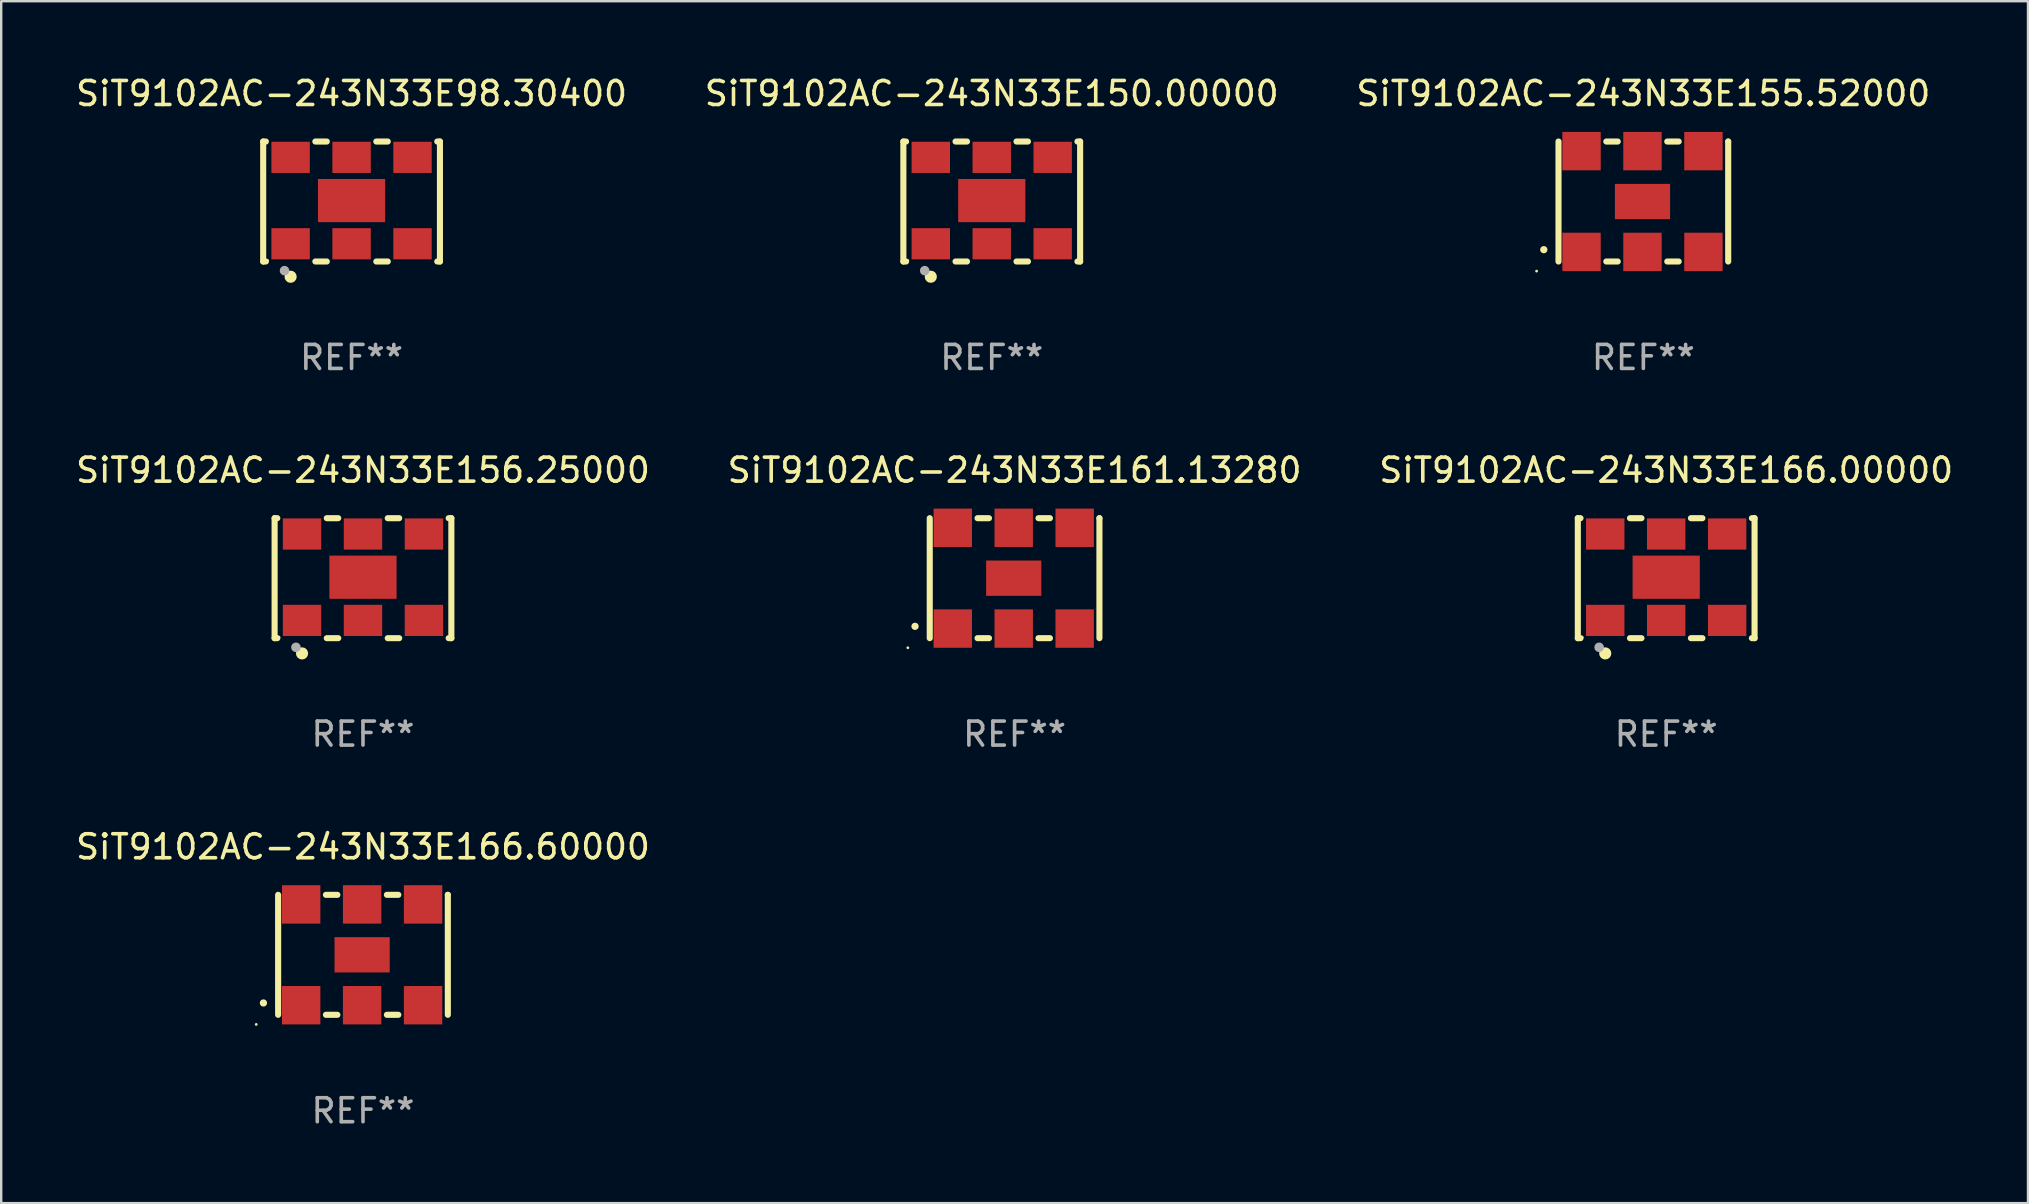
<source format=kicad_pcb>
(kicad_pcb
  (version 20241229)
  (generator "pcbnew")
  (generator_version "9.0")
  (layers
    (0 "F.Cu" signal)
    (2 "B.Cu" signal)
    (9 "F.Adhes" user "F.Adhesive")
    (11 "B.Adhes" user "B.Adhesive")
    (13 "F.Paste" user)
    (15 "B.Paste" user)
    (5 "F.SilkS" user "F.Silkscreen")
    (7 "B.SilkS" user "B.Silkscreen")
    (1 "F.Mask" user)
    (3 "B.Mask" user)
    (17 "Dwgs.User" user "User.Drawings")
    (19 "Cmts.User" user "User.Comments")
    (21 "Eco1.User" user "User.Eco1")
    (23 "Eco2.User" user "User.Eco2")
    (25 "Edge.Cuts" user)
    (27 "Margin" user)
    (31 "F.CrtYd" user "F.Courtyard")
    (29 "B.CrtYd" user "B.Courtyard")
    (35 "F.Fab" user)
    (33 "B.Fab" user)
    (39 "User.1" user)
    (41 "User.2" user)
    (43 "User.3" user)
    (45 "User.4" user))
  (footprint "SiT9102AC-243N33E156.25000"
    (layer "F.Cu")
    (at 12.077 21.045)
    (property "Reference" "SiT9102AC-243N33E156.25000" (at 0 -4.5 0) (layer "F.SilkS") (effects (font (size 1 1) (thickness 0.15))))
    (attr through_hole)
    (fp_line (start -3.683 -2.5) (end -3.571 -2.5) (stroke (width 0.254) (type solid)) (layer "F.SilkS"))
    (fp_line (start -3.683 2.5) (end -3.683 -2.5) (stroke (width 0.254) (type solid)) (layer "F.SilkS"))
    (fp_line (start -3.683 2.5) (end -3.571 2.5) (stroke (width 0.254) (type solid)) (layer "F.SilkS"))
    (fp_line (start -1.509 -2.5) (end -1.031 -2.5) (stroke (width 0.254) (type solid)) (layer "F.SilkS"))
    (fp_line (start -1.509 2.5) (end -1.031 2.5) (stroke (width 0.254) (type solid)) (layer "F.SilkS"))
    (fp_line (start 1.031 -2.5) (end 1.509 -2.5) (stroke (width 0.254) (type solid)) (layer "F.SilkS"))
    (fp_line (start 1.031 2.5) (end 1.509 2.5) (stroke (width 0.254) (type solid)) (layer "F.SilkS"))
    (fp_line (start 3.571 -2.5) (end 3.683 -2.5) (stroke (width 0.254) (type solid)) (layer "F.SilkS"))
    (fp_line (start 3.571 2.5) (end 3.683 2.5) (stroke (width 0.254) (type solid)) (layer "F.SilkS"))
    (fp_line (start 3.683 2.5) (end 3.683 -2.5) (stroke (width 0.254) (type solid)) (layer "F.SilkS"))
    (fp_circle (center -3.5 2.46) (end -3.47 2.46) (stroke (width 0.06) (type solid)) (fill no) (layer "F.SilkS"))
    (fp_circle (center -2.54 3.135) (end -2.413 3.135) (stroke (width 0.254) (type solid)) (fill no) (layer "F.SilkS"))
    (fp_circle (center -2.794 2.881) (end -2.694 2.881) (stroke (width 0.2) (type solid)) (fill no) (layer "F.Fab"))
    (fp_text user "REF**" (at 0 6.5 0) (layer "F.Fab") (effects (font (size 1 1) (thickness 0.15))))
    (pad "1" smd rect (at -2.54 1.76) (size 1.6 1.3) (layers "F.Cu" "F.Mask" "F.Paste"))
    (pad "2" smd rect (at 0 1.76) (size 1.6 1.3) (layers "F.Cu" "F.Mask" "F.Paste"))
    (pad "3" smd rect (at 2.54 1.76) (size 1.6 1.3) (layers "F.Cu" "F.Mask" "F.Paste"))
    (pad "4" smd rect (at 2.54 -1.84) (size 1.6 1.3) (layers "F.Cu" "F.Mask" "F.Paste"))
    (pad "5" smd rect (at 0 -1.84) (size 1.6 1.3) (layers "F.Cu" "F.Mask" "F.Paste"))
    (pad "6" smd rect (at -2.54 -1.84) (size 1.6 1.3) (layers "F.Cu" "F.Mask" "F.Paste"))
    (pad "7" smd rect (at 0 -0.04) (size 2.8 1.8) (layers "F.Cu" "F.Mask" "F.Paste")))
  (footprint "SiT9102AC-243N33E98.30400"
    (layer "F.Cu")
    (at 11.601 5.348)
    (property "Reference" "SiT9102AC-243N33E98.30400" (at 0 -4.5 0) (layer "F.SilkS") (effects (font (size 1 1) (thickness 0.15))))
    (attr through_hole)
    (fp_line (start -3.683 -2.5) (end -3.571 -2.5) (stroke (width 0.254) (type solid)) (layer "F.SilkS"))
    (fp_line (start -3.683 2.5) (end -3.683 -2.5) (stroke (width 0.254) (type solid)) (layer "F.SilkS"))
    (fp_line (start -3.683 2.5) (end -3.571 2.5) (stroke (width 0.254) (type solid)) (layer "F.SilkS"))
    (fp_line (start -1.509 -2.5) (end -1.031 -2.5) (stroke (width 0.254) (type solid)) (layer "F.SilkS"))
    (fp_line (start -1.509 2.5) (end -1.031 2.5) (stroke (width 0.254) (type solid)) (layer "F.SilkS"))
    (fp_line (start 1.031 -2.5) (end 1.509 -2.5) (stroke (width 0.254) (type solid)) (layer "F.SilkS"))
    (fp_line (start 1.031 2.5) (end 1.509 2.5) (stroke (width 0.254) (type solid)) (layer "F.SilkS"))
    (fp_line (start 3.571 -2.5) (end 3.683 -2.5) (stroke (width 0.254) (type solid)) (layer "F.SilkS"))
    (fp_line (start 3.571 2.5) (end 3.683 2.5) (stroke (width 0.254) (type solid)) (layer "F.SilkS"))
    (fp_line (start 3.683 2.5) (end 3.683 -2.5) (stroke (width 0.254) (type solid)) (layer "F.SilkS"))
    (fp_circle (center -3.5 2.46) (end -3.47 2.46) (stroke (width 0.06) (type solid)) (fill no) (layer "F.SilkS"))
    (fp_circle (center -2.54 3.135) (end -2.413 3.135) (stroke (width 0.254) (type solid)) (fill no) (layer "F.SilkS"))
    (fp_circle (center -2.794 2.881) (end -2.694 2.881) (stroke (width 0.2) (type solid)) (fill no) (layer "F.Fab"))
    (fp_text user "REF**" (at 0 6.5 0) (layer "F.Fab") (effects (font (size 1 1) (thickness 0.15))))
    (pad "1" smd rect (at -2.54 1.76) (size 1.6 1.3) (layers "F.Cu" "F.Mask" "F.Paste"))
    (pad "2" smd rect (at 0 1.76) (size 1.6 1.3) (layers "F.Cu" "F.Mask" "F.Paste"))
    (pad "3" smd rect (at 2.54 1.76) (size 1.6 1.3) (layers "F.Cu" "F.Mask" "F.Paste"))
    (pad "4" smd rect (at 2.54 -1.84) (size 1.6 1.3) (layers "F.Cu" "F.Mask" "F.Paste"))
    (pad "5" smd rect (at 0 -1.84) (size 1.6 1.3) (layers "F.Cu" "F.Mask" "F.Paste"))
    (pad "6" smd rect (at -2.54 -1.84) (size 1.6 1.3) (layers "F.Cu" "F.Mask" "F.Paste"))
    (pad "7" smd rect (at 0 -0.04) (size 2.8 1.8) (layers "F.Cu" "F.Mask" "F.Paste")))
  (footprint "SiT9102AC-243N33E166.00000"
    (layer "F.Cu")
    (at 66.387 21.045)
    (property "Reference" "SiT9102AC-243N33E166.00000" (at 0 -4.5 0) (layer "F.SilkS") (effects (font (size 1 1) (thickness 0.15))))
    (attr through_hole)
    (fp_line (start -3.683 -2.5) (end -3.571 -2.5) (stroke (width 0.254) (type solid)) (layer "F.SilkS"))
    (fp_line (start -3.683 2.5) (end -3.683 -2.5) (stroke (width 0.254) (type solid)) (layer "F.SilkS"))
    (fp_line (start -3.683 2.5) (end -3.571 2.5) (stroke (width 0.254) (type solid)) (layer "F.SilkS"))
    (fp_line (start -1.509 -2.5) (end -1.031 -2.5) (stroke (width 0.254) (type solid)) (layer "F.SilkS"))
    (fp_line (start -1.509 2.5) (end -1.031 2.5) (stroke (width 0.254) (type solid)) (layer "F.SilkS"))
    (fp_line (start 1.031 -2.5) (end 1.509 -2.5) (stroke (width 0.254) (type solid)) (layer "F.SilkS"))
    (fp_line (start 1.031 2.5) (end 1.509 2.5) (stroke (width 0.254) (type solid)) (layer "F.SilkS"))
    (fp_line (start 3.571 -2.5) (end 3.683 -2.5) (stroke (width 0.254) (type solid)) (layer "F.SilkS"))
    (fp_line (start 3.571 2.5) (end 3.683 2.5) (stroke (width 0.254) (type solid)) (layer "F.SilkS"))
    (fp_line (start 3.683 2.5) (end 3.683 -2.5) (stroke (width 0.254) (type solid)) (layer "F.SilkS"))
    (fp_circle (center -3.5 2.46) (end -3.47 2.46) (stroke (width 0.06) (type solid)) (fill no) (layer "F.SilkS"))
    (fp_circle (center -2.54 3.135) (end -2.413 3.135) (stroke (width 0.254) (type solid)) (fill no) (layer "F.SilkS"))
    (fp_circle (center -2.794 2.881) (end -2.694 2.881) (stroke (width 0.2) (type solid)) (fill no) (layer "F.Fab"))
    (fp_text user "REF**" (at 0 6.5 0) (layer "F.Fab") (effects (font (size 1 1) (thickness 0.15))))
    (pad "1" smd rect (at -2.54 1.76) (size 1.6 1.3) (layers "F.Cu" "F.Mask" "F.Paste"))
    (pad "2" smd rect (at 0 1.76) (size 1.6 1.3) (layers "F.Cu" "F.Mask" "F.Paste"))
    (pad "3" smd rect (at 2.54 1.76) (size 1.6 1.3) (layers "F.Cu" "F.Mask" "F.Paste"))
    (pad "4" smd rect (at 2.54 -1.84) (size 1.6 1.3) (layers "F.Cu" "F.Mask" "F.Paste"))
    (pad "5" smd rect (at 0 -1.84) (size 1.6 1.3) (layers "F.Cu" "F.Mask" "F.Paste"))
    (pad "6" smd rect (at -2.54 -1.84) (size 1.6 1.3) (layers "F.Cu" "F.Mask" "F.Paste"))
    (pad "7" smd rect (at 0 -0.04) (size 2.8 1.8) (layers "F.Cu" "F.Mask" "F.Paste")))
  (footprint "SiT9102AC-243N33E166.60000"
    (layer "F.Cu")
    (at 12.077 36.741)
    (property "Reference" "SiT9102AC-243N33E166.60000" (at 0 -4.5 0) (layer "F.SilkS") (effects (font (size 1 1) (thickness 0.15))))
    (attr through_hole)
    (fp_line (start -3.536 -2.5) (end -3.536 2.5) (stroke (width 0.254) (type solid)) (layer "F.SilkS"))
    (fp_line (start -1.544 2.5) (end -1.067 2.5) (stroke (width 0.254) (type solid)) (layer "F.SilkS"))
    (fp_line (start -1.067 -2.5) (end -1.544 -2.5) (stroke (width 0.254) (type solid)) (layer "F.SilkS"))
    (fp_line (start 0.996 2.5) (end 1.473 2.5) (stroke (width 0.254) (type solid)) (layer "F.SilkS"))
    (fp_line (start 1.473 -2.5) (end 0.996 -2.5) (stroke (width 0.254) (type solid)) (layer "F.SilkS"))
    (fp_line (start 3.536 -2.5) (end 3.536 -2.5) (stroke (width 0.254) (type solid)) (layer "F.SilkS"))
    (fp_line (start 3.536 2.5) (end 3.536 -2.5) (stroke (width 0.254) (type solid)) (layer "F.SilkS"))
    (fp_arc (start -4.150432 2.006604) (mid -4.149162 2.006599) (end -4.147892 2.006604) (stroke (width 0.3) (type solid)) (layer "F.SilkS"))
    (fp_circle (center -4.449 2.9) (end -4.419 2.9) (stroke (width 0.06) (type solid)) (fill no) (layer "F.SilkS"))
    (fp_text user "REF**" (at 0 6.5 0) (layer "F.Fab") (effects (font (size 1 1) (thickness 0.15))))
    (pad "1" smd rect (at -2.576 2.1) (size 1.6 1.6) (layers "F.Cu" "F.Mask" "F.Paste"))
    (pad "2" smd rect (at -0.036 2.1) (size 1.6 1.6) (layers "F.Cu" "F.Mask" "F.Paste"))
    (pad "3" smd rect (at 2.504 2.1) (size 1.6 1.6) (layers "F.Cu" "F.Mask" "F.Paste"))
    (pad "4" smd rect (at 2.504 -2.1) (size 1.6 1.6) (layers "F.Cu" "F.Mask" "F.Paste"))
    (pad "5" smd rect (at -0.036 -2.1) (size 1.6 1.6) (layers "F.Cu" "F.Mask" "F.Paste"))
    (pad "6" smd rect (at -2.576 -2.1) (size 1.6 1.6) (layers "F.Cu" "F.Mask" "F.Paste"))
    (pad "7" smd rect (at -0.036 0) (size 2.3 1.47) (layers "F.Cu" "F.Mask" "F.Paste")))
  (footprint "SiT9102AC-243N33E150.00000"
    (layer "F.Cu")
    (at 38.28 5.348)
    (property "Reference" "SiT9102AC-243N33E150.00000" (at 0 -4.5 0) (layer "F.SilkS") (effects (font (size 1 1) (thickness 0.15))))
    (attr through_hole)
    (fp_line (start -3.683 -2.5) (end -3.571 -2.5) (stroke (width 0.254) (type solid)) (layer "F.SilkS"))
    (fp_line (start -3.683 2.5) (end -3.683 -2.5) (stroke (width 0.254) (type solid)) (layer "F.SilkS"))
    (fp_line (start -3.683 2.5) (end -3.571 2.5) (stroke (width 0.254) (type solid)) (layer "F.SilkS"))
    (fp_line (start -1.509 -2.5) (end -1.031 -2.5) (stroke (width 0.254) (type solid)) (layer "F.SilkS"))
    (fp_line (start -1.509 2.5) (end -1.031 2.5) (stroke (width 0.254) (type solid)) (layer "F.SilkS"))
    (fp_line (start 1.031 -2.5) (end 1.509 -2.5) (stroke (width 0.254) (type solid)) (layer "F.SilkS"))
    (fp_line (start 1.031 2.5) (end 1.509 2.5) (stroke (width 0.254) (type solid)) (layer "F.SilkS"))
    (fp_line (start 3.571 -2.5) (end 3.683 -2.5) (stroke (width 0.254) (type solid)) (layer "F.SilkS"))
    (fp_line (start 3.571 2.5) (end 3.683 2.5) (stroke (width 0.254) (type solid)) (layer "F.SilkS"))
    (fp_line (start 3.683 2.5) (end 3.683 -2.5) (stroke (width 0.254) (type solid)) (layer "F.SilkS"))
    (fp_circle (center -3.5 2.46) (end -3.47 2.46) (stroke (width 0.06) (type solid)) (fill no) (layer "F.SilkS"))
    (fp_circle (center -2.54 3.135) (end -2.413 3.135) (stroke (width 0.254) (type solid)) (fill no) (layer "F.SilkS"))
    (fp_circle (center -2.794 2.881) (end -2.694 2.881) (stroke (width 0.2) (type solid)) (fill no) (layer "F.Fab"))
    (fp_text user "REF**" (at 0 6.5 0) (layer "F.Fab") (effects (font (size 1 1) (thickness 0.15))))
    (pad "1" smd rect (at -2.54 1.76) (size 1.6 1.3) (layers "F.Cu" "F.Mask" "F.Paste"))
    (pad "2" smd rect (at 0 1.76) (size 1.6 1.3) (layers "F.Cu" "F.Mask" "F.Paste"))
    (pad "3" smd rect (at 2.54 1.76) (size 1.6 1.3) (layers "F.Cu" "F.Mask" "F.Paste"))
    (pad "4" smd rect (at 2.54 -1.84) (size 1.6 1.3) (layers "F.Cu" "F.Mask" "F.Paste"))
    (pad "5" smd rect (at 0 -1.84) (size 1.6 1.3) (layers "F.Cu" "F.Mask" "F.Paste"))
    (pad "6" smd rect (at -2.54 -1.84) (size 1.6 1.3) (layers "F.Cu" "F.Mask" "F.Paste"))
    (pad "7" smd rect (at 0 -0.04) (size 2.8 1.8) (layers "F.Cu" "F.Mask" "F.Paste")))
  (footprint "SiT9102AC-243N33E155.52000"
    (layer "F.Cu")
    (at 65.435 5.348)
    (property "Reference" "SiT9102AC-243N33E155.52000" (at 0 -4.5 0) (layer "F.SilkS") (effects (font (size 1 1) (thickness 0.15))))
    (attr through_hole)
    (fp_line (start -3.536 -2.5) (end -3.536 2.5) (stroke (width 0.254) (type solid)) (layer "F.SilkS"))
    (fp_line (start -1.544 2.5) (end -1.067 2.5) (stroke (width 0.254) (type solid)) (layer "F.SilkS"))
    (fp_line (start -1.067 -2.5) (end -1.544 -2.5) (stroke (width 0.254) (type solid)) (layer "F.SilkS"))
    (fp_line (start 0.996 2.5) (end 1.473 2.5) (stroke (width 0.254) (type solid)) (layer "F.SilkS"))
    (fp_line (start 1.473 -2.5) (end 0.996 -2.5) (stroke (width 0.254) (type solid)) (layer "F.SilkS"))
    (fp_line (start 3.536 -2.5) (end 3.536 -2.5) (stroke (width 0.254) (type solid)) (layer "F.SilkS"))
    (fp_line (start 3.536 2.5) (end 3.536 -2.5) (stroke (width 0.254) (type solid)) (layer "F.SilkS"))
    (fp_arc (start -4.150432 2.006604) (mid -4.149162 2.006599) (end -4.147892 2.006604) (stroke (width 0.3) (type solid)) (layer "F.SilkS"))
    (fp_circle (center -4.449 2.9) (end -4.419 2.9) (stroke (width 0.06) (type solid)) (fill no) (layer "F.SilkS"))
    (fp_text user "REF**" (at 0 6.5 0) (layer "F.Fab") (effects (font (size 1 1) (thickness 0.15))))
    (pad "1" smd rect (at -2.576 2.1) (size 1.6 1.6) (layers "F.Cu" "F.Mask" "F.Paste"))
    (pad "2" smd rect (at -0.036 2.1) (size 1.6 1.6) (layers "F.Cu" "F.Mask" "F.Paste"))
    (pad "3" smd rect (at 2.504 2.1) (size 1.6 1.6) (layers "F.Cu" "F.Mask" "F.Paste"))
    (pad "4" smd rect (at 2.504 -2.1) (size 1.6 1.6) (layers "F.Cu" "F.Mask" "F.Paste"))
    (pad "5" smd rect (at -0.036 -2.1) (size 1.6 1.6) (layers "F.Cu" "F.Mask" "F.Paste"))
    (pad "6" smd rect (at -2.576 -2.1) (size 1.6 1.6) (layers "F.Cu" "F.Mask" "F.Paste"))
    (pad "7" smd rect (at -0.036 0) (size 2.3 1.47) (layers "F.Cu" "F.Mask" "F.Paste")))
  (footprint "SiT9102AC-243N33E161.13280"
    (layer "F.Cu")
    (at 39.232 21.045)
    (property "Reference" "SiT9102AC-243N33E161.13280" (at 0 -4.5 0) (layer "F.SilkS") (effects (font (size 1 1) (thickness 0.15))))
    (attr through_hole)
    (fp_line (start -3.536 -2.5) (end -3.536 2.5) (stroke (width 0.254) (type solid)) (layer "F.SilkS"))
    (fp_line (start -1.544 2.5) (end -1.067 2.5) (stroke (width 0.254) (type solid)) (layer "F.SilkS"))
    (fp_line (start -1.067 -2.5) (end -1.544 -2.5) (stroke (width 0.254) (type solid)) (layer "F.SilkS"))
    (fp_line (start 0.996 2.5) (end 1.473 2.5) (stroke (width 0.254) (type solid)) (layer "F.SilkS"))
    (fp_line (start 1.473 -2.5) (end 0.996 -2.5) (stroke (width 0.254) (type solid)) (layer "F.SilkS"))
    (fp_line (start 3.536 -2.5) (end 3.536 -2.5) (stroke (width 0.254) (type solid)) (layer "F.SilkS"))
    (fp_line (start 3.536 2.5) (end 3.536 -2.5) (stroke (width 0.254) (type solid)) (layer "F.SilkS"))
    (fp_arc (start -4.150432 2.006604) (mid -4.149162 2.006599) (end -4.147892 2.006604) (stroke (width 0.3) (type solid)) (layer "F.SilkS"))
    (fp_circle (center -4.449 2.9) (end -4.419 2.9) (stroke (width 0.06) (type solid)) (fill no) (layer "F.SilkS"))
    (fp_text user "REF**" (at 0 6.5 0) (layer "F.Fab") (effects (font (size 1 1) (thickness 0.15))))
    (pad "1" smd rect (at -2.576 2.1) (size 1.6 1.6) (layers "F.Cu" "F.Mask" "F.Paste"))
    (pad "2" smd rect (at -0.036 2.1) (size 1.6 1.6) (layers "F.Cu" "F.Mask" "F.Paste"))
    (pad "3" smd rect (at 2.504 2.1) (size 1.6 1.6) (layers "F.Cu" "F.Mask" "F.Paste"))
    (pad "4" smd rect (at 2.504 -2.1) (size 1.6 1.6) (layers "F.Cu" "F.Mask" "F.Paste"))
    (pad "5" smd rect (at -0.036 -2.1) (size 1.6 1.6) (layers "F.Cu" "F.Mask" "F.Paste"))
    (pad "6" smd rect (at -2.576 -2.1) (size 1.6 1.6) (layers "F.Cu" "F.Mask" "F.Paste"))
    (pad "7" smd rect (at -0.036 0) (size 2.3 1.47) (layers "F.Cu" "F.Mask" "F.Paste")))
  (gr_rect
    (start -3 -3)
    (end 81.464 47.09)
    (stroke (width 0.1) (type default))
    (fill no)
    (layer "Edge.Cuts")))
</source>
